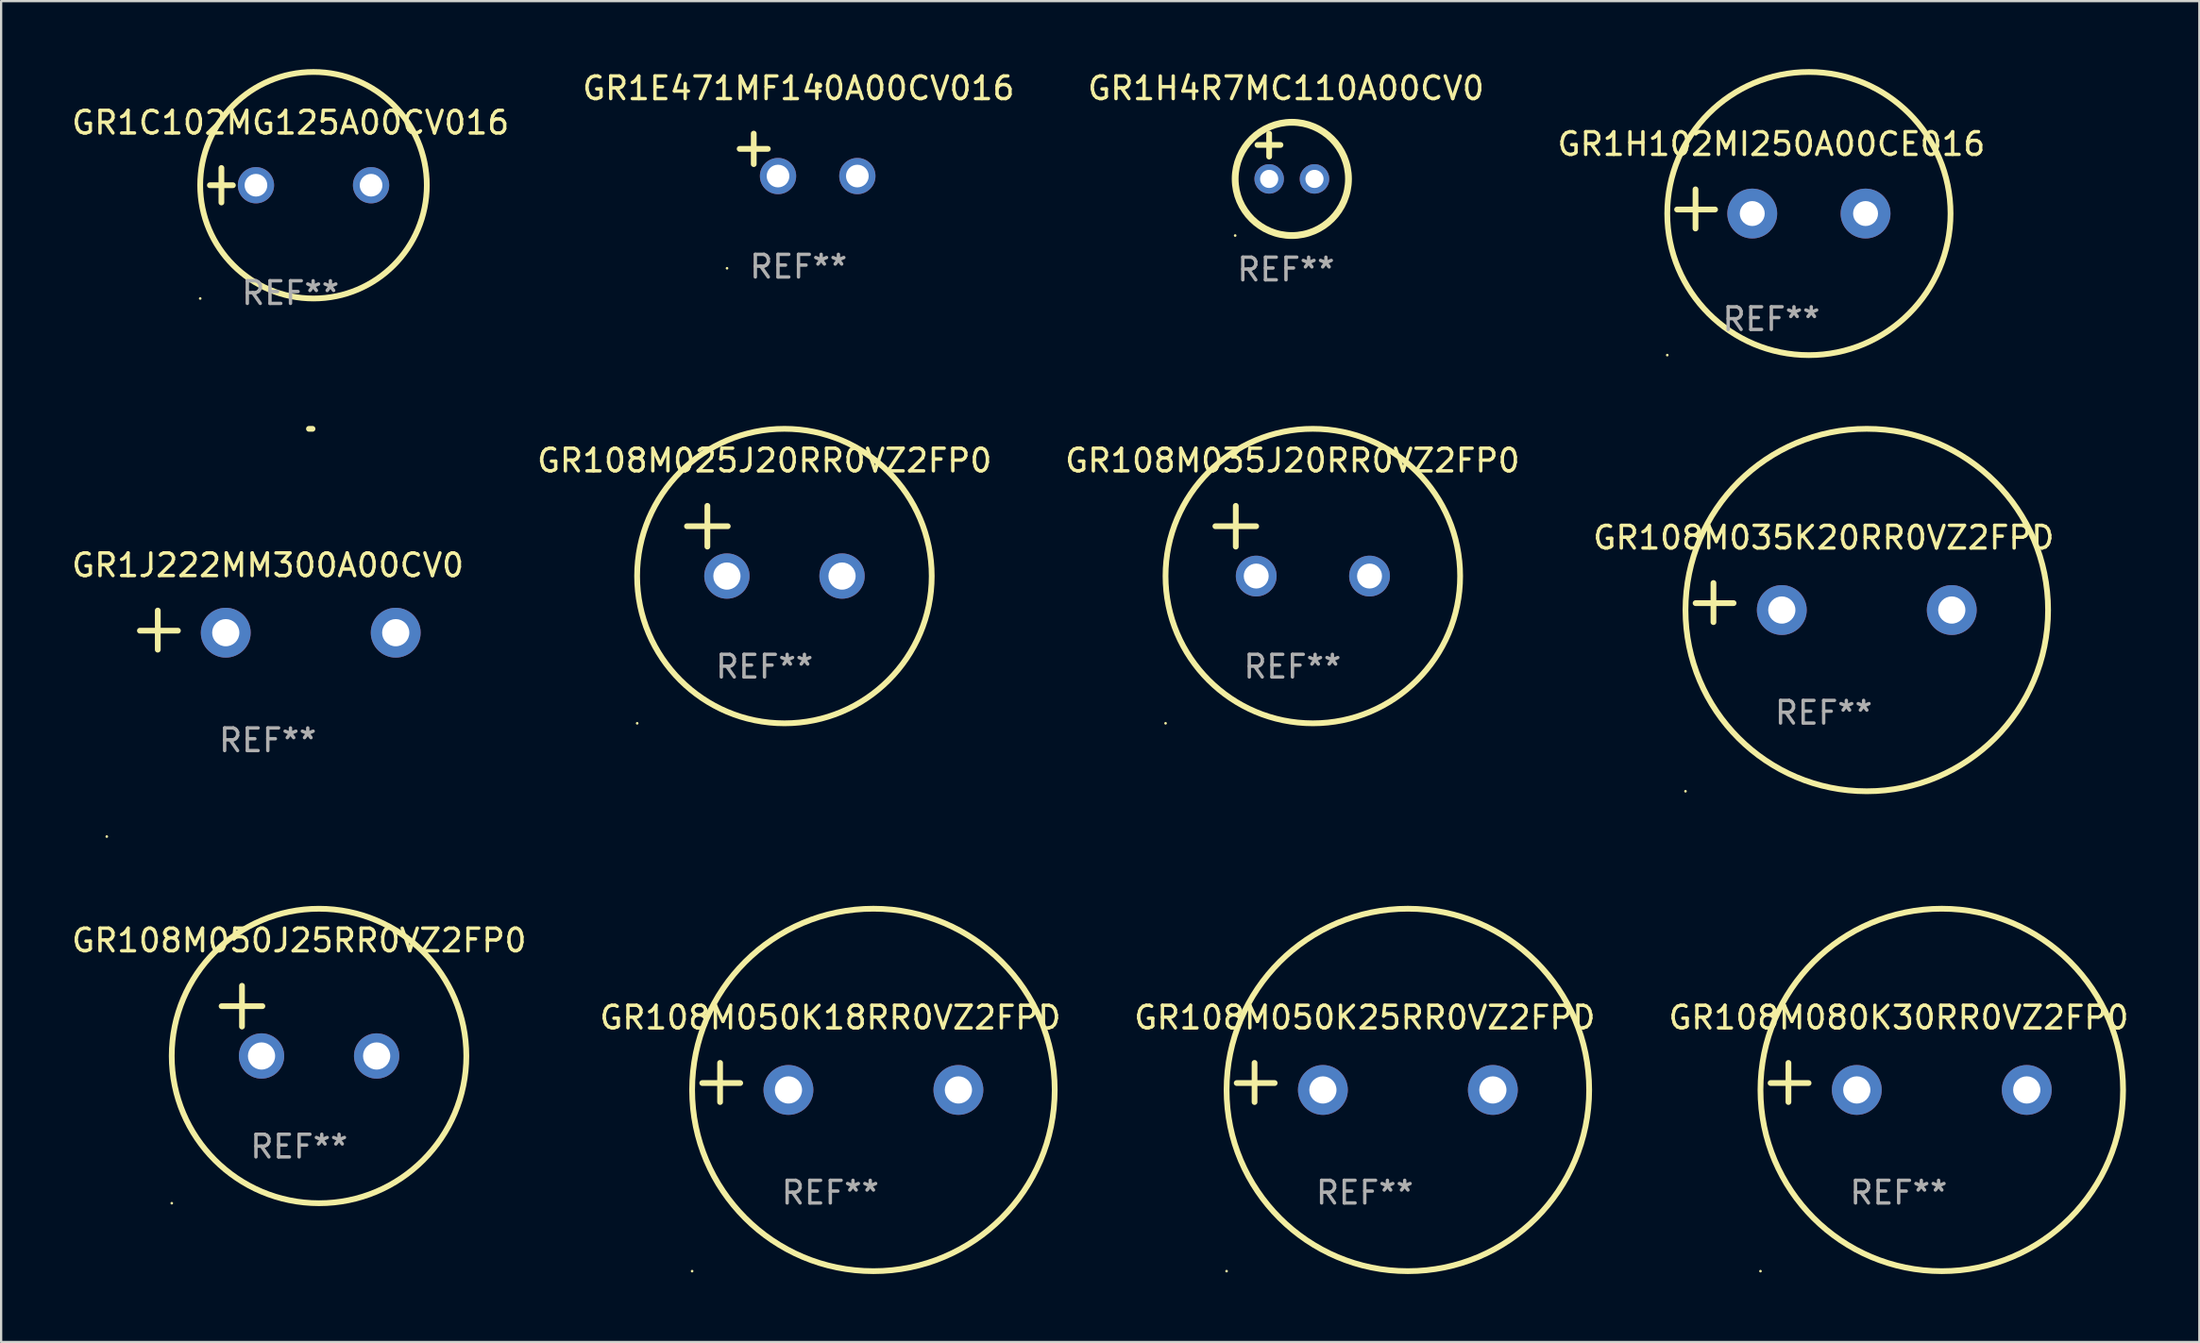
<source format=kicad_pcb>
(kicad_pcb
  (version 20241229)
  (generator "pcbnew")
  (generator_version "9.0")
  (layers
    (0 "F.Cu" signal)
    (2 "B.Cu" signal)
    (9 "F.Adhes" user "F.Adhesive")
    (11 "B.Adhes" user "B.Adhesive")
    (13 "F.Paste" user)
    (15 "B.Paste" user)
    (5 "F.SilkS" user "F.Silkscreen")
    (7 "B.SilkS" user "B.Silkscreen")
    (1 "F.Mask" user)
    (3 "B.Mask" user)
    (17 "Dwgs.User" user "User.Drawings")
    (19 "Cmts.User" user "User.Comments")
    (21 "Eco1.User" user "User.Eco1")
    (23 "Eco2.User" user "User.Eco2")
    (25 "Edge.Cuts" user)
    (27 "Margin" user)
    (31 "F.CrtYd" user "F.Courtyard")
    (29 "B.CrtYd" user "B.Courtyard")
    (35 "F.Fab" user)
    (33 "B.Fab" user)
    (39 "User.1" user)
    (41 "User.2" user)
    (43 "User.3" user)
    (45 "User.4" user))
  (footprint "GR108M025J20RR0VZ2FP0"
    (layer "F.Cu")
    (at 30.685 20.831)
    (property "Reference" "GR108M025J20RR0VZ2FP0" (at 0 -3.55 0) (layer "F.SilkS") (effects (font (size 1 1) (thickness 0.15))))
    (attr through_hole)
    (fp_line (start -3.421 -0.65) (end -1.621 -0.65) (stroke (width 0.254) (type solid)) (layer "F.SilkS"))
    (fp_line (start -2.521 -1.55) (end -2.521 0.25) (stroke (width 0.254) (type solid)) (layer "F.SilkS"))
    (fp_circle (center -5.619 8.05) (end -5.589 8.05) (stroke (width 0.06) (type solid)) (fill no) (layer "F.SilkS"))
    (fp_circle (center 0.879 1.55) (end 7.379 1.55) (stroke (width 0.254) (type solid)) (fill no) (layer "F.SilkS"))
    (fp_text user "REF**" (at 0 5.55 0) (layer "F.Fab") (effects (font (size 1 1) (thickness 0.15))))
    (pad "1" thru_hole circle (at -1.659 1.55) (size 2 2) (drill 1.2) (layers "*.Cu" "*.Mask"))
    (pad "2" thru_hole circle (at 3.421 1.55) (size 2 2) (drill 1.2) (layers "*.Cu" "*.Mask")))
  (footprint "GR108M035J20RR0VZ2FP0"
    (layer "F.Cu")
    (at 53.982 20.831)
    (property "Reference" "GR108M035J20RR0VZ2FP0" (at 0 -3.55 0) (layer "F.SilkS") (effects (font (size 1 1) (thickness 0.15))))
    (attr through_hole)
    (fp_line (start -3.401 -0.65) (end -1.601 -0.65) (stroke (width 0.254) (type solid)) (layer "F.SilkS"))
    (fp_line (start -2.501 -1.55) (end -2.501 0.25) (stroke (width 0.254) (type solid)) (layer "F.SilkS"))
    (fp_circle (center -5.599 8.05) (end -5.569 8.05) (stroke (width 0.06) (type solid)) (fill no) (layer "F.SilkS"))
    (fp_circle (center 0.899 1.55) (end 7.399 1.55) (stroke (width 0.254) (type solid)) (fill no) (layer "F.SilkS"))
    (fp_text user "REF**" (at 0 5.55 0) (layer "F.Fab") (effects (font (size 1 1) (thickness 0.15))))
    (pad "1" thru_hole circle (at -1.599 1.55) (size 1.8 1.8) (drill 1.1) (layers "*.Cu" "*.Mask"))
    (pad "2" thru_hole circle (at 3.401 1.55) (size 1.8 1.8) (drill 1.1) (layers "*.Cu" "*.Mask")))
  (footprint "GR1H4R7MC110A00CV0"
    (layer "F.Cu")
    (at 53.696 3.848)
    (property "Reference" "GR1H4R7MC110A00CV0" (at 0 -3 0) (layer "F.SilkS") (effects (font (size 1 1) (thickness 0.15))))
    (attr through_hole)
    (fp_line (start -1.258 -0.5) (end -0.242 -0.5) (stroke (width 0.254) (type solid)) (layer "F.SilkS"))
    (fp_line (start -0.742 -1) (end -0.742 0.016) (stroke (width 0.254) (type solid)) (layer "F.SilkS"))
    (fp_circle (center -2.242 3.5) (end -2.212 3.5) (stroke (width 0.06) (type solid)) (fill no) (layer "F.SilkS"))
    (fp_circle (center 0.258 1) (end 2.758 1) (stroke (width 0.3) (type solid)) (fill no) (layer "F.SilkS"))
    (fp_text user "REF**" (at 0 5 0) (layer "F.Fab") (effects (font (size 1 1) (thickness 0.15))))
    (pad "1" thru_hole circle (at -0.742 1) (size 1.3 1.3) (drill 0.8) (layers "*.Cu" "*.Mask"))
    (pad "2" thru_hole circle (at 1.258 1) (size 1.3 1.3) (drill 0.8) (layers "*.Cu" "*.Mask")))
  (footprint "GR108M050K18RR0VZ2FPD"
    (layer "F.Cu")
    (at 33.589 44.737)
    (property "Reference" "GR108M050K18RR0VZ2FPD" (at 0 -2.864 0) (layer "F.SilkS") (effects (font (size 1 1) (thickness 0.15))))
    (attr through_hole)
    (fp_line (start -4.864 0.864) (end -4.864 -0.864) (stroke (width 0.254) (type solid)) (layer "F.SilkS"))
    (fp_line (start -3.975 0.025) (end -5.652 0.025) (stroke (width 0.254) (type solid)) (layer "F.SilkS"))
    (fp_circle (center -6.098 8.33) (end -6.068 8.33) (stroke (width 0.06) (type solid)) (fill no) (layer "F.SilkS"))
    (fp_circle (center 1.902 0.33) (end 9.902 0.33) (stroke (width 0.254) (type solid)) (fill no) (layer "F.SilkS"))
    (fp_text user "REF**" (at 0 4.864 0) (layer "F.Fab") (effects (font (size 1 1) (thickness 0.15))))
    (pad "1" thru_hole circle (at -1.848 0.33) (size 2.2 2.2) (drill 1.2) (layers "*.Cu" "*.Mask"))
    (pad "2" thru_hole circle (at 5.652 0.33) (size 2.2 2.2) (drill 1.2) (layers "*.Cu" "*.Mask")))
  (footprint "GR108M050K25RR0VZ2FPD"
    (layer "F.Cu")
    (at 57.173 44.737)
    (property "Reference" "GR108M050K25RR0VZ2FPD" (at 0 -2.864 0) (layer "F.SilkS") (effects (font (size 1 1) (thickness 0.15))))
    (attr through_hole)
    (fp_line (start -4.864 0.864) (end -4.864 -0.864) (stroke (width 0.254) (type solid)) (layer "F.SilkS"))
    (fp_line (start -3.975 0.025) (end -5.652 0.025) (stroke (width 0.254) (type solid)) (layer "F.SilkS"))
    (fp_circle (center -6.098 8.33) (end -6.068 8.33) (stroke (width 0.06) (type solid)) (fill no) (layer "F.SilkS"))
    (fp_circle (center 1.902 0.33) (end 9.902 0.33) (stroke (width 0.254) (type solid)) (fill no) (layer "F.SilkS"))
    (fp_text user "REF**" (at 0 4.864 0) (layer "F.Fab") (effects (font (size 1 1) (thickness 0.15))))
    (pad "1" thru_hole circle (at -1.848 0.33) (size 2.2 2.2) (drill 1.2) (layers "*.Cu" "*.Mask"))
    (pad "2" thru_hole circle (at 5.652 0.33) (size 2.2 2.2) (drill 1.2) (layers "*.Cu" "*.Mask")))
  (footprint "GR1H102MI250A00CE016"
    (layer "F.Cu")
    (at 75.113 6.174)
    (property "Reference" "GR1H102MI250A00CE016" (at 0 -2.864 0) (layer "F.SilkS") (effects (font (size 1 1) (thickness 0.15))))
    (attr through_hole)
    (fp_line (start -3.346 0.864) (end -3.346 -0.864) (stroke (width 0.254) (type solid)) (layer "F.SilkS"))
    (fp_line (start -2.482 0.025) (end -4.158 0.025) (stroke (width 0.254) (type solid)) (layer "F.SilkS"))
    (fp_circle (center -4.592 6.453) (end -4.562 6.453) (stroke (width 0.06) (type solid)) (fill no) (layer "F.SilkS"))
    (fp_circle (center 1.658 0.203) (end 7.908 0.203) (stroke (width 0.254) (type solid)) (fill no) (layer "F.SilkS"))
    (fp_text user "REF**" (at 0 4.864 0) (layer "F.Fab") (effects (font (size 1 1) (thickness 0.15))))
    (pad "1" thru_hole circle (at -0.842 0.203) (size 2.2 2.2) (drill 1.1) (layers "*.Cu" "*.Mask"))
    (pad "2" thru_hole circle (at 4.158 0.203) (size 2.2 2.2) (drill 1.1) (layers "*.Cu" "*.Mask")))
  (footprint "GR108M035K20RR0VZ2FPD"
    (layer "F.Cu")
    (at 77.423 23.551)
    (property "Reference" "GR108M035K20RR0VZ2FPD" (at 0 -2.864 0) (layer "F.SilkS") (effects (font (size 1 1) (thickness 0.15))))
    (attr through_hole)
    (fp_line (start -4.864 0.864) (end -4.864 -0.864) (stroke (width 0.254) (type solid)) (layer "F.SilkS"))
    (fp_line (start -3.975 0.025) (end -5.652 0.025) (stroke (width 0.254) (type solid)) (layer "F.SilkS"))
    (fp_circle (center -6.098 8.33) (end -6.068 8.33) (stroke (width 0.06) (type solid)) (fill no) (layer "F.SilkS"))
    (fp_circle (center 1.902 0.33) (end 9.902 0.33) (stroke (width 0.254) (type solid)) (fill no) (layer "F.SilkS"))
    (fp_text user "REF**" (at 0 4.864 0) (layer "F.Fab") (effects (font (size 1 1) (thickness 0.15))))
    (pad "1" thru_hole circle (at -1.848 0.33) (size 2.2 2.2) (drill 1.2) (layers "*.Cu" "*.Mask"))
    (pad "2" thru_hole circle (at 5.652 0.33) (size 2.2 2.2) (drill 1.2) (layers "*.Cu" "*.Mask")))
  (footprint "GR108M050J25RR0VZ2FP0"
    (layer "F.Cu")
    (at 10.149 42.018)
    (property "Reference" "GR108M050J25RR0VZ2FP0" (at 0 -3.55 0) (layer "F.SilkS") (effects (font (size 1 1) (thickness 0.15))))
    (attr through_hole)
    (fp_line (start -3.421 -0.65) (end -1.621 -0.65) (stroke (width 0.254) (type solid)) (layer "F.SilkS"))
    (fp_line (start -2.521 -1.55) (end -2.521 0.25) (stroke (width 0.254) (type solid)) (layer "F.SilkS"))
    (fp_circle (center -5.619 8.05) (end -5.589 8.05) (stroke (width 0.06) (type solid)) (fill no) (layer "F.SilkS"))
    (fp_circle (center 0.879 1.55) (end 7.379 1.55) (stroke (width 0.254) (type solid)) (fill no) (layer "F.SilkS"))
    (fp_text user "REF**" (at 0 5.55 0) (layer "F.Fab") (effects (font (size 1 1) (thickness 0.15))))
    (pad "1" thru_hole circle (at -1.659 1.55) (size 2 2) (drill 1.2) (layers "*.Cu" "*.Mask"))
    (pad "2" thru_hole circle (at 3.421 1.55) (size 2 2) (drill 1.2) (layers "*.Cu" "*.Mask")))
  (footprint "GR1J222MM300A00CV0"
    (layer "F.Cu")
    (at 8.768 24.767)
    (property "Reference" "GR1J222MM300A00CV0" (at 0 -2.864 0) (layer "F.SilkS") (effects (font (size 1 1) (thickness 0.15))))
    (attr through_hole)
    (fp_line (start -4.856 0.864) (end -4.856 -0.864) (stroke (width 0.254) (type solid)) (layer "F.SilkS"))
    (fp_line (start -3.967 0.025) (end -5.644 0.025) (stroke (width 0.254) (type solid)) (layer "F.SilkS"))
    (fp_arc (start 1.815024 -8.885649) (mid 1.893764 -8.88599) (end 1.972504 -8.885649) (stroke (width 0.254001) (type solid)) (layer "F.SilkS"))
    (fp_circle (center -7.106 9.114) (end -7.076 9.114) (stroke (width 0.06) (type solid)) (fill no) (layer "F.SilkS"))
    (fp_text user "REF**" (at 0 4.864 0) (layer "F.Fab") (effects (font (size 1 1) (thickness 0.15))))
    (pad "1" thru_hole circle (at -1.856 0.114) (size 2.2 2.2) (drill 1.2) (layers "*.Cu" "*.Mask"))
    (pad "2" thru_hole circle (at 5.644 0.114) (size 2.2 2.2) (drill 1.2) (layers "*.Cu" "*.Mask")))
  (footprint "GR1C102MG125A00CV016"
    (layer "F.Cu")
    (at 9.768 5.127)
    (property "Reference" "GR1C102MG125A00CV016" (at 0 -2.762 0) (layer "F.SilkS") (effects (font (size 1 1) (thickness 0.15))))
    (attr through_hole)
    (fp_line (start -3.556 0) (end -2.54 0) (stroke (width 0.254) (type solid)) (layer "F.SilkS"))
    (fp_line (start -3.048 -0.762) (end -3.048 0.762) (stroke (width 0.254) (type solid)) (layer "F.SilkS"))
    (fp_circle (center -3.984 5) (end -3.954 5) (stroke (width 0.06) (type solid)) (fill no) (layer "F.SilkS"))
    (fp_circle (center 1.016 0) (end 6.016 0) (stroke (width 0.254) (type solid)) (fill no) (layer "F.SilkS"))
    (fp_text user "REF**" (at 0 4.762 0) (layer "F.Fab") (effects (font (size 1 1) (thickness 0.15))))
    (pad "1" thru_hole circle (at -1.524 0) (size 1.6 1.6) (drill 1) (layers "*.Cu" "*.Mask"))
    (pad "2" thru_hole circle (at 3.556 0) (size 1.6 1.6) (drill 1) (layers "*.Cu" "*.Mask")))
  (footprint "GR1E471MF140A00CV016"
    (layer "F.Cu")
    (at 32.185 3.785)
    (property "Reference" "GR1E471MF140A00CV016" (at 0 -2.937 0) (layer "F.SilkS") (effects (font (size 1 1) (thickness 0.15))))
    (attr through_hole)
    (fp_line (start -1.975 0.41) (end -1.975 -0.937) (stroke (width 0.254) (type solid)) (layer "F.SilkS"))
    (fp_line (start -1.353 -0.263) (end -2.597 -0.263) (stroke (width 0.254) (type solid)) (layer "F.SilkS"))
    (fp_arc (start 0.849809 -3.063957) (mid 0.885369 -3.064114) (end 0.920929 -3.063957) (stroke (width 0.254001) (type solid)) (layer "F.SilkS"))
    (fp_circle (center -3.154 5.008) (end -3.124 5.008) (stroke (width 0.06) (type solid)) (fill no) (layer "F.SilkS"))
    (fp_text user "REF**" (at 0 4.937 0) (layer "F.Fab") (effects (font (size 1 1) (thickness 0.15))))
    (pad "1" thru_hole circle (at -0.903 0.937) (size 1.6 1.6) (drill 1) (layers "*.Cu" "*.Mask"))
    (pad "2" thru_hole circle (at 2.597 0.937) (size 1.6 1.6) (drill 1) (layers "*.Cu" "*.Mask")))
  (footprint "GR108M080K30RR0VZ2FP0"
    (layer "F.Cu")
    (at 80.732 44.737)
    (property "Reference" "GR108M080K30RR0VZ2FP0" (at 0 -2.864 0) (layer "F.SilkS") (effects (font (size 1 1) (thickness 0.15))))
    (attr through_hole)
    (fp_line (start -4.864 0.864) (end -4.864 -0.864) (stroke (width 0.254) (type solid)) (layer "F.SilkS"))
    (fp_line (start -3.975 0.025) (end -5.652 0.025) (stroke (width 0.254) (type solid)) (layer "F.SilkS"))
    (fp_circle (center -6.098 8.33) (end -6.068 8.33) (stroke (width 0.06) (type solid)) (fill no) (layer "F.SilkS"))
    (fp_circle (center 1.902 0.33) (end 9.902 0.33) (stroke (width 0.254) (type solid)) (fill no) (layer "F.SilkS"))
    (fp_text user "REF**" (at 0 4.864 0) (layer "F.Fab") (effects (font (size 1 1) (thickness 0.15))))
    (pad "1" thru_hole circle (at -1.848 0.33) (size 2.2 2.2) (drill 1.2) (layers "*.Cu" "*.Mask"))
    (pad "2" thru_hole circle (at 5.652 0.33) (size 2.2 2.2) (drill 1.2) (layers "*.Cu" "*.Mask")))
  (gr_rect
    (start -3 -3)
    (end 94 56.195)
    (stroke (width 0.1) (type default))
    (fill no)
    (layer "Edge.Cuts")))
</source>
